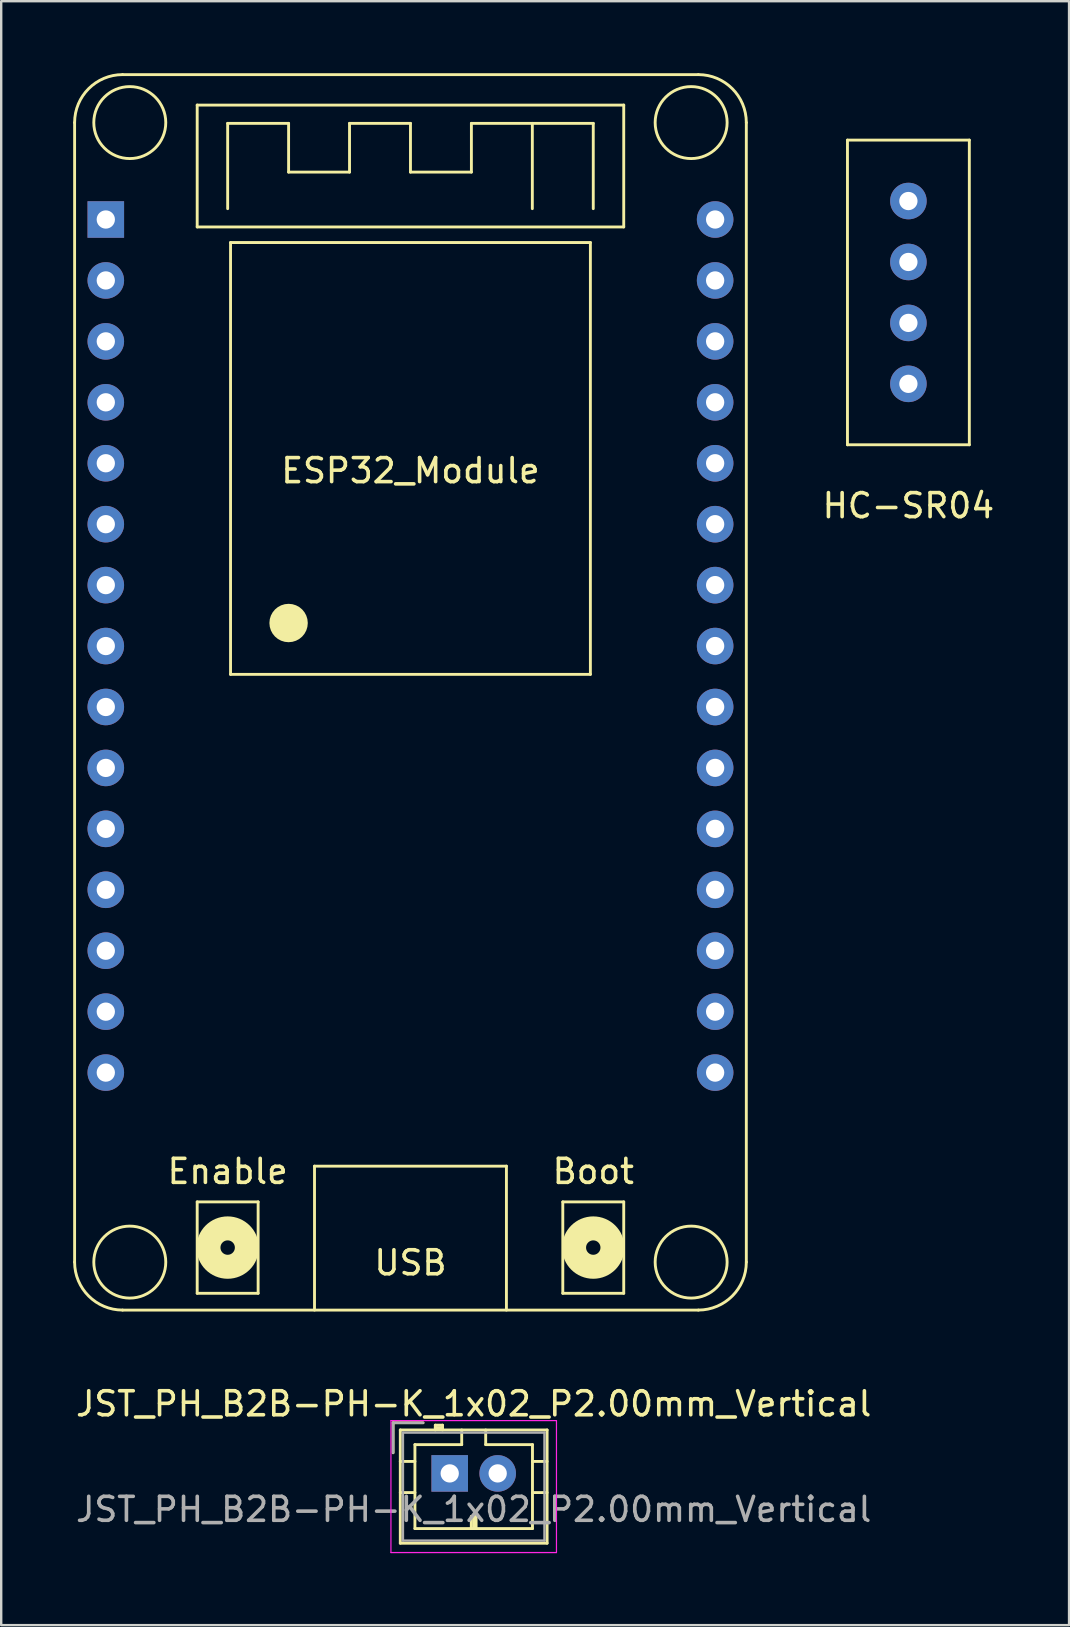
<source format=kicad_pcb>
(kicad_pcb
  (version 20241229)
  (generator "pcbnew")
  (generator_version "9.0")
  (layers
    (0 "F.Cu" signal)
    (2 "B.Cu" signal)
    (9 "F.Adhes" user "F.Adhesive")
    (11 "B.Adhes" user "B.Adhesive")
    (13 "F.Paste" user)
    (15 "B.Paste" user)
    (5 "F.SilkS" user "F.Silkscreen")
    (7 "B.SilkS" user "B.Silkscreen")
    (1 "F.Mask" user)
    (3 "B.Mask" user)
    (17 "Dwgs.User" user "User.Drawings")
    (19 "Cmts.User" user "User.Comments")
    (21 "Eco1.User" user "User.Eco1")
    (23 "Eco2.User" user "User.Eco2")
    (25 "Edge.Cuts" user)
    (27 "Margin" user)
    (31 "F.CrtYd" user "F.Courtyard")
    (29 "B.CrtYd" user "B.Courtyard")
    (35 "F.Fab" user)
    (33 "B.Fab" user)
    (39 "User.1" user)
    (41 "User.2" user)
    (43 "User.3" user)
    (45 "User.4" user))
  (footprint "HC-SR04"
    (layer "F.Cu")
    (at 34.816 0.25)
    (property "Reference" "HC-SR04" (at 0 17.78 0) (layer "F.SilkS") (effects (font (size 1 1) (thickness 0.15))))
    (attr through_hole)
    (fp_line (start -2.54 2.54) (end 2.54 2.54) (stroke (width 0.12) (type solid)) (layer "F.SilkS"))
    (fp_line (start -2.54 15.24) (end -2.54 2.54) (stroke (width 0.12) (type solid)) (layer "F.SilkS"))
    (fp_line (start 2.54 2.54) (end 2.54 15.24) (stroke (width 0.12) (type solid)) (layer "F.SilkS"))
    (fp_line (start 2.54 15.24) (end -2.54 15.24) (stroke (width 0.12) (type solid)) (layer "F.SilkS"))
    (pad "1" thru_hole circle (at 0 5.08) (size 1.524 1.524) (drill 0.762) (layers "*.Cu" "*.Mask"))
    (pad "2" thru_hole circle (at 0 7.62) (size 1.524 1.524) (drill 0.762) (layers "*.Cu" "*.Mask"))
    (pad "3" thru_hole circle (at 0 10.16) (size 1.524 1.524) (drill 0.762) (layers "*.Cu" "*.Mask"))
    (pad "4" thru_hole circle (at 0 12.7) (size 1.524 1.524) (drill 0.762) (layers "*.Cu" "*.Mask")))
  (footprint "JST_PH_B2B-PH-K_1x02_P2.00mm_Vertical"
    (layer "F.Cu")
    (at 15.696 58.368)
    (property "Reference" "JST_PH_B2B-PH-K_1x02_P2.00mm_Vertical" (at 1 -2.9 0) (layer "F.SilkS") (effects (font (size 1 1) (thickness 0.15))))
    (attr through_hole)
    (fp_line (start -2.36 -2.11) (end -2.36 -0.86) (stroke (width 0.12) (type solid)) (layer "F.SilkS"))
    (fp_line (start -2.06 -1.81) (end -2.06 2.91) (stroke (width 0.12) (type solid)) (layer "F.SilkS"))
    (fp_line (start -2.06 -0.5) (end -1.45 -0.5) (stroke (width 0.12) (type solid)) (layer "F.SilkS"))
    (fp_line (start -2.06 0.8) (end -1.45 0.8) (stroke (width 0.12) (type solid)) (layer "F.SilkS"))
    (fp_line (start -2.06 2.91) (end 4.06 2.91) (stroke (width 0.12) (type solid)) (layer "F.SilkS"))
    (fp_line (start -1.45 -1.2) (end -1.45 2.3) (stroke (width 0.12) (type solid)) (layer "F.SilkS"))
    (fp_line (start -1.45 2.3) (end 3.45 2.3) (stroke (width 0.12) (type solid)) (layer "F.SilkS"))
    (fp_line (start -1.11 -2.11) (end -2.36 -2.11) (stroke (width 0.12) (type solid)) (layer "F.SilkS"))
    (fp_line (start -0.6 -2.01) (end -0.6 -1.81) (stroke (width 0.12) (type solid)) (layer "F.SilkS"))
    (fp_line (start -0.3 -2.01) (end -0.6 -2.01) (stroke (width 0.12) (type solid)) (layer "F.SilkS"))
    (fp_line (start -0.3 -1.91) (end -0.6 -1.91) (stroke (width 0.12) (type solid)) (layer "F.SilkS"))
    (fp_line (start -0.3 -1.81) (end -0.3 -2.01) (stroke (width 0.12) (type solid)) (layer "F.SilkS"))
    (fp_line (start 0.5 -1.81) (end 0.5 -1.2) (stroke (width 0.12) (type solid)) (layer "F.SilkS"))
    (fp_line (start 0.5 -1.2) (end -1.45 -1.2) (stroke (width 0.12) (type solid)) (layer "F.SilkS"))
    (fp_line (start 0.9 1.8) (end 1.1 1.8) (stroke (width 0.12) (type solid)) (layer "F.SilkS"))
    (fp_line (start 0.9 2.3) (end 0.9 1.8) (stroke (width 0.12) (type solid)) (layer "F.SilkS"))
    (fp_line (start 1 2.3) (end 1 1.8) (stroke (width 0.12) (type solid)) (layer "F.SilkS"))
    (fp_line (start 1.1 1.8) (end 1.1 2.3) (stroke (width 0.12) (type solid)) (layer "F.SilkS"))
    (fp_line (start 1.5 -1.2) (end 1.5 -1.81) (stroke (width 0.12) (type solid)) (layer "F.SilkS"))
    (fp_line (start 3.45 -1.2) (end 1.5 -1.2) (stroke (width 0.12) (type solid)) (layer "F.SilkS"))
    (fp_line (start 3.45 2.3) (end 3.45 -1.2) (stroke (width 0.12) (type solid)) (layer "F.SilkS"))
    (fp_line (start 4.06 -1.81) (end -2.06 -1.81) (stroke (width 0.12) (type solid)) (layer "F.SilkS"))
    (fp_line (start 4.06 -0.5) (end 3.45 -0.5) (stroke (width 0.12) (type solid)) (layer "F.SilkS"))
    (fp_line (start 4.06 0.8) (end 3.45 0.8) (stroke (width 0.12) (type solid)) (layer "F.SilkS"))
    (fp_line (start 4.06 2.91) (end 4.06 -1.81) (stroke (width 0.12) (type solid)) (layer "F.SilkS"))
    (fp_line (start -2.45 -2.2) (end -2.45 3.3) (stroke (width 0.05) (type solid)) (layer "F.CrtYd"))
    (fp_line (start -2.45 3.3) (end 4.45 3.3) (stroke (width 0.05) (type solid)) (layer "F.CrtYd"))
    (fp_line (start 4.45 -2.2) (end -2.45 -2.2) (stroke (width 0.05) (type solid)) (layer "F.CrtYd"))
    (fp_line (start 4.45 3.3) (end 4.45 -2.2) (stroke (width 0.05) (type solid)) (layer "F.CrtYd"))
    (fp_line (start -2.36 -2.11) (end -2.36 -0.86) (stroke (width 0.1) (type solid)) (layer "F.Fab"))
    (fp_line (start -1.95 -1.7) (end -1.95 2.8) (stroke (width 0.1) (type solid)) (layer "F.Fab"))
    (fp_line (start -1.95 2.8) (end 3.95 2.8) (stroke (width 0.1) (type solid)) (layer "F.Fab"))
    (fp_line (start -1.11 -2.11) (end -2.36 -2.11) (stroke (width 0.1) (type solid)) (layer "F.Fab"))
    (fp_line (start 3.95 -1.7) (end -1.95 -1.7) (stroke (width 0.1) (type solid)) (layer "F.Fab"))
    (fp_line (start 3.95 2.8) (end 3.95 -1.7) (stroke (width 0.1) (type solid)) (layer "F.Fab"))
    (fp_text user "${REFERENCE}" (at 1 1.5 0) (layer "F.Fab") (effects (font (size 1 1) (thickness 0.15))))
    (pad "1" thru_hole rect (at 0 0) (size 1.524 1.524) (drill 0.762) (layers "*.Cu" "*.Mask"))
    (pad "2" thru_hole oval (at 2 0) (size 1.524 1.524) (drill 0.762) (layers "*.Cu" "*.Mask")))
  (footprint "ESP32_Module"
    (layer "F.Cu")
    (at 14.06 6.1)
    (property "Reference" "ESP32_Module" (at 0 10.47 0) (layer "F.SilkS") (effects (font (size 1 1) (thickness 0.15))))
    (attr smd)
    (fp_line (start -14 -4.04) (end -14 43.46) (stroke (width 0.12) (type solid)) (layer "F.SilkS"))
    (fp_line (start -12 -6.04) (end 12 -6.04) (stroke (width 0.12) (type solid)) (layer "F.SilkS"))
    (fp_line (start -12 45.46) (end 12 45.46) (stroke (width 0.12) (type solid)) (layer "F.SilkS"))
    (fp_line (start -8.89 -4.77) (end 8.89 -4.77) (stroke (width 0.12) (type solid)) (layer "F.SilkS"))
    (fp_line (start -8.89 0.31) (end -8.89 -4.77) (stroke (width 0.12) (type solid)) (layer "F.SilkS"))
    (fp_line (start -8.89 40.95) (end -6.35 40.95) (stroke (width 0.12) (type solid)) (layer "F.SilkS"))
    (fp_line (start -8.89 44.76) (end -8.89 40.95) (stroke (width 0.12) (type solid)) (layer "F.SilkS"))
    (fp_line (start -7.62 -4.008) (end -5.08 -4.008) (stroke (width 0.12) (type solid)) (layer "F.SilkS"))
    (fp_line (start -7.62 -0.452) (end -7.62 -4.008) (stroke (width 0.12) (type solid)) (layer "F.SilkS"))
    (fp_line (start -7.5 0.96) (end 7.5 0.96) (stroke (width 0.12) (type solid)) (layer "F.SilkS"))
    (fp_line (start -7.5 18.96) (end -7.5 0.96) (stroke (width 0.12) (type solid)) (layer "F.SilkS"))
    (fp_line (start -6.35 40.95) (end -6.35 44.76) (stroke (width 0.12) (type solid)) (layer "F.SilkS"))
    (fp_line (start -6.35 44.76) (end -8.89 44.76) (stroke (width 0.12) (type solid)) (layer "F.SilkS"))
    (fp_line (start -5.08 -4.008) (end -5.08 -1.976) (stroke (width 0.12) (type solid)) (layer "F.SilkS"))
    (fp_line (start -5.08 -1.976) (end -2.54 -1.976) (stroke (width 0.12) (type solid)) (layer "F.SilkS"))
    (fp_line (start -4 39.46) (end -4 45.46) (stroke (width 0.12) (type solid)) (layer "F.SilkS"))
    (fp_line (start -4 39.46) (end 4 39.46) (stroke (width 0.12) (type solid)) (layer "F.SilkS"))
    (fp_line (start -2.54 -4.008) (end 0 -4.008) (stroke (width 0.12) (type solid)) (layer "F.SilkS"))
    (fp_line (start -2.54 -1.976) (end -2.54 -4.008) (stroke (width 0.12) (type solid)) (layer "F.SilkS"))
    (fp_line (start 0 -4.008) (end 0 -1.976) (stroke (width 0.12) (type solid)) (layer "F.SilkS"))
    (fp_line (start 0 -1.976) (end 2.54 -1.976) (stroke (width 0.12) (type solid)) (layer "F.SilkS"))
    (fp_line (start 2.54 -4.008) (end 7.62 -4.008) (stroke (width 0.12) (type solid)) (layer "F.SilkS"))
    (fp_line (start 2.54 -1.976) (end 2.54 -4.008) (stroke (width 0.12) (type solid)) (layer "F.SilkS"))
    (fp_line (start 4 39.46) (end 4 45.46) (stroke (width 0.12) (type solid)) (layer "F.SilkS"))
    (fp_line (start 5.08 -4.008) (end 5.08 -0.452) (stroke (width 0.12) (type solid)) (layer "F.SilkS"))
    (fp_line (start 6.35 40.95) (end 8.89 40.95) (stroke (width 0.12) (type solid)) (layer "F.SilkS"))
    (fp_line (start 6.35 44.76) (end 6.35 40.95) (stroke (width 0.12) (type solid)) (layer "F.SilkS"))
    (fp_line (start 7.5 0.96) (end 7.5 18.96) (stroke (width 0.12) (type solid)) (layer "F.SilkS"))
    (fp_line (start 7.5 18.96) (end -7.5 18.96) (stroke (width 0.12) (type solid)) (layer "F.SilkS"))
    (fp_line (start 7.62 -4.008) (end 7.62 -0.452) (stroke (width 0.12) (type solid)) (layer "F.SilkS"))
    (fp_line (start 8.89 -4.77) (end 8.89 0.31) (stroke (width 0.12) (type solid)) (layer "F.SilkS"))
    (fp_line (start 8.89 0.31) (end -8.89 0.31) (stroke (width 0.12) (type solid)) (layer "F.SilkS"))
    (fp_line (start 8.89 40.95) (end 8.89 44.76) (stroke (width 0.12) (type solid)) (layer "F.SilkS"))
    (fp_line (start 8.89 44.76) (end 6.35 44.76) (stroke (width 0.12) (type solid)) (layer "F.SilkS"))
    (fp_line (start 14 43.46) (end 14 -4.04) (stroke (width 0.12) (type solid)) (layer "F.SilkS"))
    (fp_arc (start -14 -4.04) (mid -13.414214 -5.454214) (end -12 -6.04) (stroke (width 0.12) (type solid)) (layer "F.SilkS"))
    (fp_arc (start -12 45.46) (mid -13.414214 44.874214) (end -14 43.46) (stroke (width 0.12) (type solid)) (layer "F.SilkS"))
    (fp_arc (start 12 -6.04) (mid 13.414214 -5.454214) (end 14 -4.04) (stroke (width 0.12) (type solid)) (layer "F.SilkS"))
    (fp_arc (start 14 43.46) (mid 13.414214 44.874214) (end 12 45.46) (stroke (width 0.12) (type solid)) (layer "F.SilkS"))
    (fp_circle (center -11.7 -4.04) (end -10.2 -4.04) (stroke (width 0.12) (type solid)) (fill no) (layer "F.SilkS"))
    (fp_circle (center -11.7 43.46) (end -10.2 43.46) (stroke (width 0.12) (type solid)) (fill no) (layer "F.SilkS"))
    (fp_circle (center -7.62 42.855) (end -7.32 42.855) (stroke (width 1) (type solid)) (fill no) (layer "F.SilkS"))
    (fp_circle (center -5.08 16.82) (end -4.68 16.82) (stroke (width 0.8) (type solid)) (fill no) (layer "F.SilkS"))
    (fp_circle (center 7.62 42.855) (end 7.92 42.855) (stroke (width 1) (type solid)) (fill no) (layer "F.SilkS"))
    (fp_circle (center 11.7 -4.04) (end 13.2 -4.04) (stroke (width 0.12) (type solid)) (fill no) (layer "F.SilkS"))
    (fp_circle (center 11.7 43.46) (end 13.2 43.46) (stroke (width 0.12) (type solid)) (fill no) (layer "F.SilkS"))
    (fp_text user "Enable" (at -7.62 39.68 0) (layer "F.SilkS") (effects (font (size 1 1) (thickness 0.15))))
    (fp_text user "Boot" (at 7.62 39.68 0) (layer "F.SilkS") (effects (font (size 1 1) (thickness 0.15))))
    (fp_text user "USB" (at 0 43.49 0) (layer "F.SilkS") (effects (font (size 1 1) (thickness 0.15))))
    (pad "1" thru_hole rect (at -12.7 0) (size 1.524 1.524) (drill 0.762) (layers "*.Cu" "*.Mask"))
    (pad "2" thru_hole circle (at -12.7 2.54) (size 1.524 1.524) (drill 0.762) (layers "*.Cu" "*.Mask"))
    (pad "3" thru_hole circle (at -12.7 5.08) (size 1.524 1.524) (drill 0.762) (layers "*.Cu" "*.Mask"))
    (pad "4" thru_hole circle (at -12.7 7.62) (size 1.524 1.524) (drill 0.762) (layers "*.Cu" "*.Mask"))
    (pad "5" thru_hole circle (at -12.7 10.16) (size 1.524 1.524) (drill 0.762) (layers "*.Cu" "*.Mask"))
    (pad "6" thru_hole circle (at -12.7 12.7) (size 1.524 1.524) (drill 0.762) (layers "*.Cu" "*.Mask"))
    (pad "7" thru_hole circle (at -12.7 15.24) (size 1.524 1.524) (drill 0.762) (layers "*.Cu" "*.Mask"))
    (pad "8" thru_hole circle (at -12.7 17.78) (size 1.524 1.524) (drill 0.762) (layers "*.Cu" "*.Mask"))
    (pad "9" thru_hole circle (at -12.7 20.32) (size 1.524 1.524) (drill 0.762) (layers "*.Cu" "*.Mask"))
    (pad "10" thru_hole circle (at -12.7 22.86) (size 1.524 1.524) (drill 0.762) (layers "*.Cu" "*.Mask"))
    (pad "11" thru_hole circle (at -12.7 25.4) (size 1.524 1.524) (drill 0.762) (layers "*.Cu" "*.Mask"))
    (pad "12" thru_hole circle (at -12.7 27.94) (size 1.524 1.524) (drill 0.762) (layers "*.Cu" "*.Mask"))
    (pad "13" thru_hole circle (at -12.7 30.48) (size 1.524 1.524) (drill 0.762) (layers "*.Cu" "*.Mask"))
    (pad "14" thru_hole circle (at -12.7 33.02) (size 1.524 1.524) (drill 0.762) (layers "*.Cu" "*.Mask"))
    (pad "15" thru_hole circle (at -12.7 35.56) (size 1.524 1.524) (drill 0.762) (layers "*.Cu" "*.Mask"))
    (pad "16" thru_hole circle (at 12.7 35.56) (size 1.524 1.524) (drill 0.762) (layers "*.Cu" "*.Mask"))
    (pad "17" thru_hole circle (at 12.7 33.02) (size 1.524 1.524) (drill 0.762) (layers "*.Cu" "*.Mask"))
    (pad "18" thru_hole circle (at 12.7 30.48) (size 1.524 1.524) (drill 0.762) (layers "*.Cu" "*.Mask"))
    (pad "19" thru_hole circle (at 12.7 27.94) (size 1.524 1.524) (drill 0.762) (layers "*.Cu" "*.Mask"))
    (pad "20" thru_hole circle (at 12.7 25.4) (size 1.524 1.524) (drill 0.762) (layers "*.Cu" "*.Mask"))
    (pad "21" thru_hole circle (at 12.7 22.86) (size 1.524 1.524) (drill 0.762) (layers "*.Cu" "*.Mask"))
    (pad "22" thru_hole circle (at 12.7 20.32) (size 1.524 1.524) (drill 0.762) (layers "*.Cu" "*.Mask"))
    (pad "23" thru_hole circle (at 12.7 17.78) (size 1.524 1.524) (drill 0.762) (layers "*.Cu" "*.Mask"))
    (pad "24" thru_hole circle (at 12.7 15.24) (size 1.524 1.524) (drill 0.762) (layers "*.Cu" "*.Mask"))
    (pad "25" thru_hole circle (at 12.7 12.7) (size 1.524 1.524) (drill 0.762) (layers "*.Cu" "*.Mask"))
    (pad "26" thru_hole circle (at 12.7 10.16) (size 1.524 1.524) (drill 0.762) (layers "*.Cu" "*.Mask"))
    (pad "27" thru_hole circle (at 12.7 7.62) (size 1.524 1.524) (drill 0.762) (layers "*.Cu" "*.Mask"))
    (pad "28" thru_hole circle (at 12.7 5.08) (size 1.524 1.524) (drill 0.762) (layers "*.Cu" "*.Mask"))
    (pad "29" thru_hole circle (at 12.7 2.54) (size 1.524 1.524) (drill 0.762) (layers "*.Cu" "*.Mask"))
    (pad "30" thru_hole circle (at 12.7 0) (size 1.524 1.524) (drill 0.762) (layers "*.Cu" "*.Mask")))
  (gr_rect
    (start -3 -3)
    (end 41.513 64.693)
    (stroke (width 0.1) (type default))
    (fill no)
    (layer "Edge.Cuts")))
</source>
